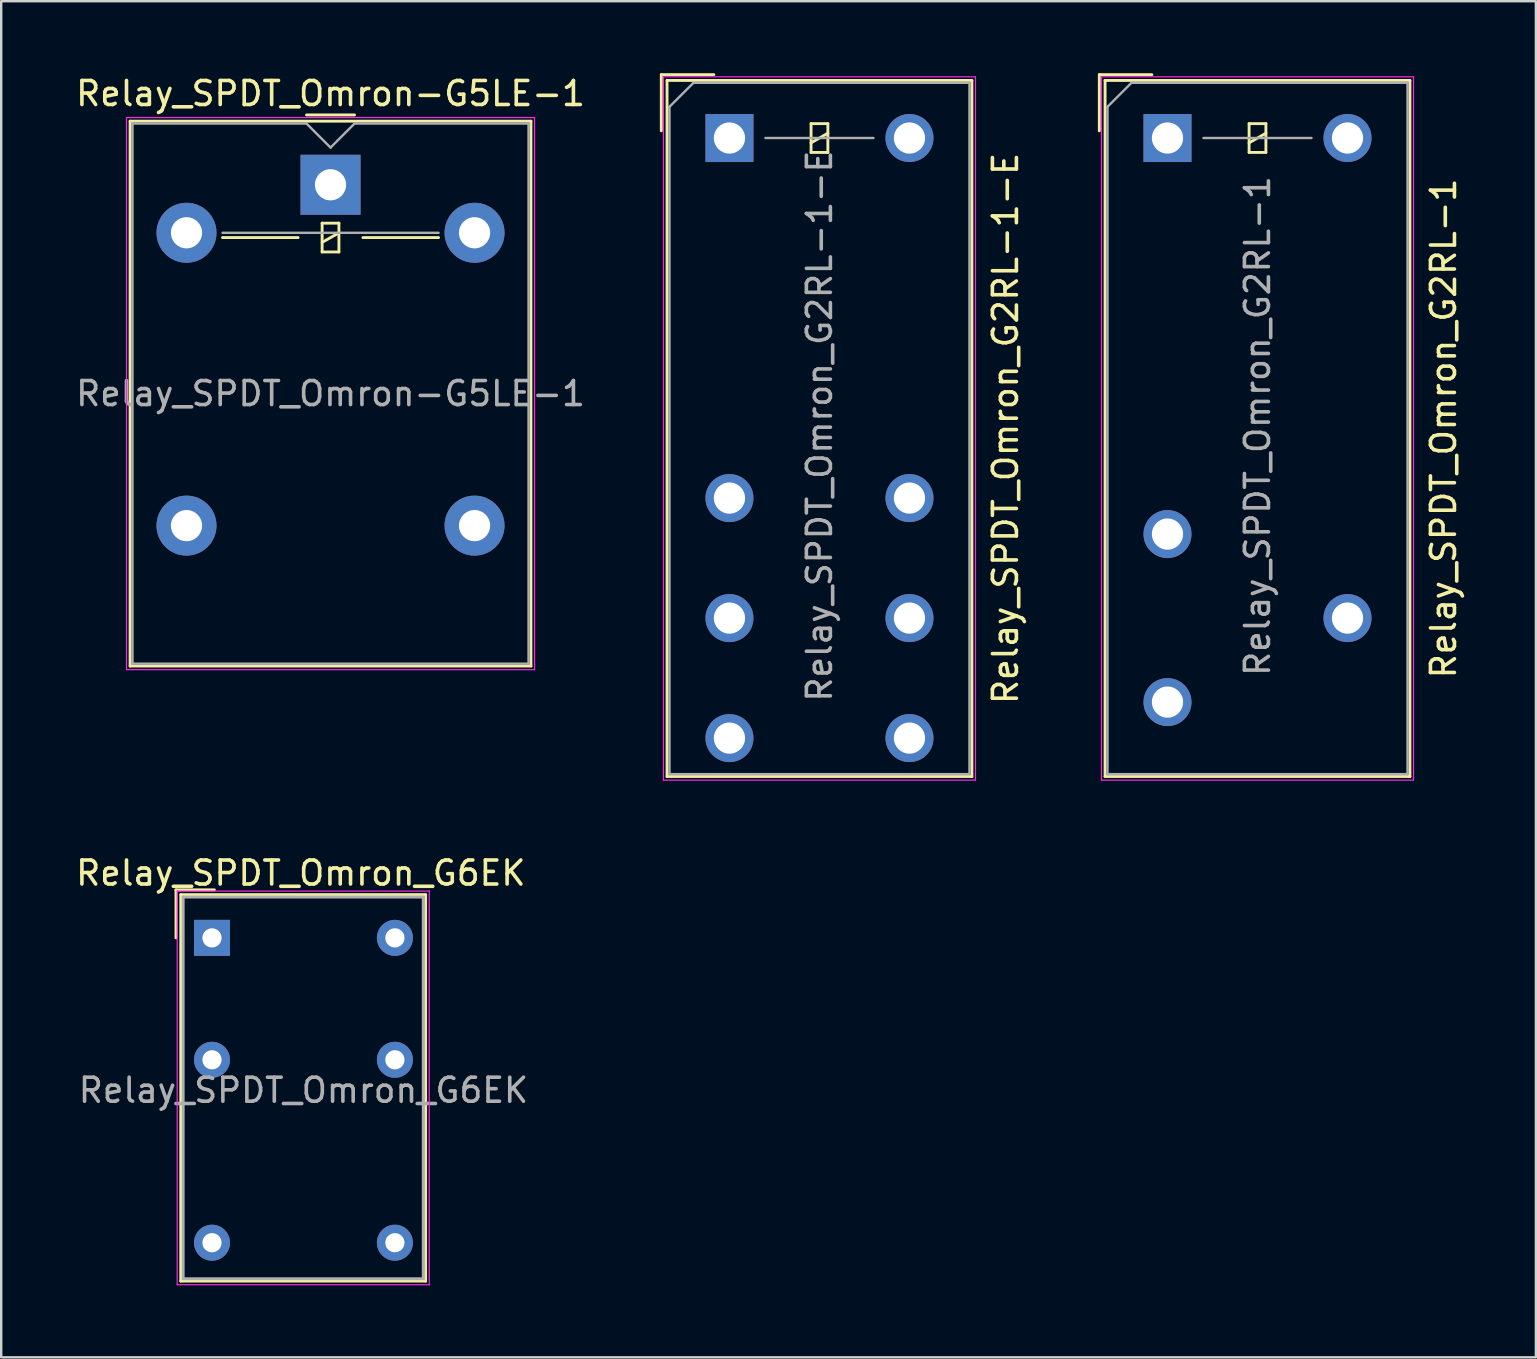
<source format=kicad_pcb>
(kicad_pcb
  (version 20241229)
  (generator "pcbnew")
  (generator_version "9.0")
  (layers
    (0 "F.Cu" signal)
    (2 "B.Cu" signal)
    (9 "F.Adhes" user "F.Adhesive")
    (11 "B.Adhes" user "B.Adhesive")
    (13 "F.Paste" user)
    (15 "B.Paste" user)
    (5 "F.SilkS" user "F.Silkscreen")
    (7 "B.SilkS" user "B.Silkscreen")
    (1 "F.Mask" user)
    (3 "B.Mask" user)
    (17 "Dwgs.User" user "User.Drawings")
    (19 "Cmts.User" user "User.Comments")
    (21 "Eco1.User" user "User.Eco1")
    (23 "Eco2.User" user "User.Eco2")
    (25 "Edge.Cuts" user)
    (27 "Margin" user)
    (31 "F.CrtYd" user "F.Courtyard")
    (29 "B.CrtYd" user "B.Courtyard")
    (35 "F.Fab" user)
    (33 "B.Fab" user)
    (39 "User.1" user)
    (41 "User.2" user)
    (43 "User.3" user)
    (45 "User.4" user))
  (footprint "Relay_SPDT_Omron_G2RL-1-E"
    (layer "F.Cu")
    (at 27.34 2.7)
    (property "Reference" "Relay_SPDT_Omron_G2RL-1-E" (at 11.5 12.1 90) (layer "F.SilkS") (effects (font (size 1 1) (thickness 0.15))))
    (attr through_hole)
    (fp_line (start -2.84 -2.64) (end -0.65 -2.64) (stroke (width 0.12) (type solid)) (layer "F.SilkS"))
    (fp_line (start -2.84 -0.3) (end -2.84 -2.64) (stroke (width 0.12) (type solid)) (layer "F.SilkS"))
    (fp_line (start -2.6 -2.4) (end -2.6 26.6) (stroke (width 0.12) (type solid)) (layer "F.SilkS"))
    (fp_line (start -2.6 26.6) (end 10.1 26.6) (stroke (width 0.12) (type solid)) (layer "F.SilkS"))
    (fp_line (start 3.4 -0.6) (end 3.4 0.6) (stroke (width 0.12) (type solid)) (layer "F.SilkS"))
    (fp_line (start 3.4 0.2) (end 4.1 -0.2) (stroke (width 0.12) (type solid)) (layer "F.SilkS"))
    (fp_line (start 3.4 0.6) (end 4.1 0.6) (stroke (width 0.12) (type solid)) (layer "F.SilkS"))
    (fp_line (start 4.1 -0.6) (end 3.4 -0.6) (stroke (width 0.12) (type solid)) (layer "F.SilkS"))
    (fp_line (start 4.1 0.6) (end 4.1 -0.6) (stroke (width 0.12) (type solid)) (layer "F.SilkS"))
    (fp_line (start 10.1 -2.4) (end -2.6 -2.4) (stroke (width 0.12) (type solid)) (layer "F.SilkS"))
    (fp_line (start 10.1 26.6) (end 10.1 -2.4) (stroke (width 0.12) (type solid)) (layer "F.SilkS"))
    (fp_line (start -2.75 -2.55) (end -2.75 26.75) (stroke (width 0.05) (type solid)) (layer "F.CrtYd"))
    (fp_line (start -2.75 26.75) (end 10.25 26.75) (stroke (width 0.05) (type solid)) (layer "F.CrtYd"))
    (fp_line (start 10.25 -2.55) (end -2.75 -2.55) (stroke (width 0.05) (type solid)) (layer "F.CrtYd"))
    (fp_line (start 10.25 26.75) (end 10.25 -2.55) (stroke (width 0.05) (type solid)) (layer "F.CrtYd"))
    (fp_line (start -2.5 -1.3) (end -2.5 26.5) (stroke (width 0.1) (type solid)) (layer "F.Fab"))
    (fp_line (start -2.5 26.5) (end 10 26.5) (stroke (width 0.1) (type solid)) (layer "F.Fab"))
    (fp_line (start -1.5 -2.3) (end -2.5 -1.3) (stroke (width 0.1) (type solid)) (layer "F.Fab"))
    (fp_line (start 1.5 0) (end 6 0) (stroke (width 0.1) (type solid)) (layer "F.Fab"))
    (fp_line (start 10 -2.3) (end -1.5 -2.3) (stroke (width 0.1) (type solid)) (layer "F.Fab"))
    (fp_line (start 10 26.5) (end 10 -2.3) (stroke (width 0.1) (type solid)) (layer "F.Fab"))
    (fp_text user "${REFERENCE}" (at 3.75 12 90) (layer "F.Fab") (effects (font (size 1 1) (thickness 0.15))))
    (pad "11" thru_hole circle (at 0 20) (size 2 2) (drill 1.3) (layers "*.Cu" "*.Mask"))
    (pad "11" thru_hole circle (at 7.5 20) (size 2 2) (drill 1.3) (layers "*.Cu" "*.Mask"))
    (pad "12" thru_hole circle (at 0 15) (size 2 2) (drill 1.3) (layers "*.Cu" "*.Mask"))
    (pad "12" thru_hole circle (at 7.5 15) (size 2 2) (drill 1.3) (layers "*.Cu" "*.Mask"))
    (pad "14" thru_hole circle (at 0 25) (size 2 2) (drill 1.3) (layers "*.Cu" "*.Mask"))
    (pad "14" thru_hole circle (at 7.5 25) (size 2 2) (drill 1.3) (layers "*.Cu" "*.Mask"))
    (pad "A1" thru_hole rect (at 0 0) (size 2 2) (drill 1.3) (layers "*.Cu" "*.Mask"))
    (pad "A2" thru_hole circle (at 7.5 0) (size 2 2) (drill 1.3) (layers "*.Cu" "*.Mask")))
  (footprint "Relay_SPDT_Omron-G5LE-1"
    (layer "F.Cu")
    (at 10.72 4.648)
    (property "Reference" "Relay_SPDT_Omron-G5LE-1" (at 0 -3.8 0) (layer "F.SilkS") (effects (font (size 1 1) (thickness 0.15))))
    (attr through_hole)
    (fp_line (start -8.35 -2.65) (end -8.35 20.05) (stroke (width 0.12) (type solid)) (layer "F.SilkS"))
    (fp_line (start -8.35 20.05) (end 8.35 20.05) (stroke (width 0.12) (type solid)) (layer "F.SilkS"))
    (fp_line (start -4.5 2.2) (end -1.35 2.2) (stroke (width 0.12) (type solid)) (layer "F.SilkS"))
    (fp_line (start -1 -2.91) (end 1 -2.91) (stroke (width 0.12) (type solid)) (layer "F.SilkS"))
    (fp_line (start -0.35 1.6) (end -0.35 2.8) (stroke (width 0.12) (type solid)) (layer "F.SilkS"))
    (fp_line (start -0.35 2.4) (end 0.35 2) (stroke (width 0.12) (type solid)) (layer "F.SilkS"))
    (fp_line (start -0.35 2.8) (end 0.35 2.8) (stroke (width 0.12) (type solid)) (layer "F.SilkS"))
    (fp_line (start 0.35 1.6) (end -0.35 1.6) (stroke (width 0.12) (type solid)) (layer "F.SilkS"))
    (fp_line (start 0.35 2.8) (end 0.35 1.6) (stroke (width 0.12) (type solid)) (layer "F.SilkS"))
    (fp_line (start 1.35 2.2) (end 4.5 2.2) (stroke (width 0.12) (type solid)) (layer "F.SilkS"))
    (fp_line (start 8.35 -2.65) (end -8.35 -2.65) (stroke (width 0.12) (type solid)) (layer "F.SilkS"))
    (fp_line (start 8.35 20.05) (end 8.35 -2.65) (stroke (width 0.12) (type solid)) (layer "F.SilkS"))
    (fp_line (start -8.5 -2.8) (end -8.5 20.2) (stroke (width 0.05) (type solid)) (layer "F.CrtYd"))
    (fp_line (start -8.5 20.2) (end 8.5 20.2) (stroke (width 0.05) (type solid)) (layer "F.CrtYd"))
    (fp_line (start 8.5 -2.8) (end -8.5 -2.8) (stroke (width 0.05) (type solid)) (layer "F.CrtYd"))
    (fp_line (start 8.5 20.2) (end 8.5 -2.8) (stroke (width 0.05) (type solid)) (layer "F.CrtYd"))
    (fp_line (start -8.25 -2.55) (end -1 -2.55) (stroke (width 0.1) (type solid)) (layer "F.Fab"))
    (fp_line (start -8.25 19.95) (end -8.25 -2.55) (stroke (width 0.1) (type solid)) (layer "F.Fab"))
    (fp_line (start -4.5 2) (end 4.5 2) (stroke (width 0.1) (type solid)) (layer "F.Fab"))
    (fp_line (start -1 -2.55) (end 0 -1.55) (stroke (width 0.1) (type solid)) (layer "F.Fab"))
    (fp_line (start 0 -1.55) (end 1 -2.55) (stroke (width 0.1) (type solid)) (layer "F.Fab"))
    (fp_line (start 1 -2.55) (end 8.25 -2.55) (stroke (width 0.1) (type solid)) (layer "F.Fab"))
    (fp_line (start 8.25 -2.55) (end 8.25 19.95) (stroke (width 0.1) (type solid)) (layer "F.Fab"))
    (fp_line (start 8.25 19.95) (end -8.25 19.95) (stroke (width 0.1) (type solid)) (layer "F.Fab"))
    (fp_text user "${REFERENCE}" (at 0 8.7 0) (layer "F.Fab") (effects (font (size 1 1) (thickness 0.15))))
    (pad "1" thru_hole rect (at 0 0) (size 2.5 2.5) (drill 1.3) (layers "*.Cu" "*.Mask"))
    (pad "2" thru_hole oval (at -6 2) (size 2.5 2.5) (drill 1.3) (layers "*.Cu" "*.Mask"))
    (pad "3" thru_hole oval (at -6 14.2) (size 2.5 2.5) (drill 1.3) (layers "*.Cu" "*.Mask"))
    (pad "4" thru_hole oval (at 6 14.2) (size 2.5 2.5) (drill 1.3) (layers "*.Cu" "*.Mask"))
    (pad "5" thru_hole oval (at 6 2) (size 2.5 2.5) (drill 1.3) (layers "*.Cu" "*.Mask")))
  (footprint "Relay_SPDT_Omron_G2RL-1"
    (layer "F.Cu")
    (at 45.589 2.7)
    (property "Reference" "Relay_SPDT_Omron_G2RL-1" (at 11.5 12.1 90) (layer "F.SilkS") (effects (font (size 1 1) (thickness 0.15))))
    (attr through_hole)
    (fp_line (start -2.84 -2.64) (end -0.65 -2.64) (stroke (width 0.12) (type solid)) (layer "F.SilkS"))
    (fp_line (start -2.84 -0.3) (end -2.84 -2.64) (stroke (width 0.12) (type solid)) (layer "F.SilkS"))
    (fp_line (start -2.6 -2.4) (end -2.6 26.6) (stroke (width 0.12) (type solid)) (layer "F.SilkS"))
    (fp_line (start -2.6 26.6) (end 10.1 26.6) (stroke (width 0.12) (type solid)) (layer "F.SilkS"))
    (fp_line (start 3.4 -0.6) (end 3.4 0.6) (stroke (width 0.12) (type solid)) (layer "F.SilkS"))
    (fp_line (start 3.4 0.2) (end 4.1 -0.2) (stroke (width 0.12) (type solid)) (layer "F.SilkS"))
    (fp_line (start 3.4 0.6) (end 4.1 0.6) (stroke (width 0.12) (type solid)) (layer "F.SilkS"))
    (fp_line (start 4.1 -0.6) (end 3.4 -0.6) (stroke (width 0.12) (type solid)) (layer "F.SilkS"))
    (fp_line (start 4.1 0.6) (end 4.1 -0.6) (stroke (width 0.12) (type solid)) (layer "F.SilkS"))
    (fp_line (start 10.1 -2.4) (end -2.6 -2.4) (stroke (width 0.12) (type solid)) (layer "F.SilkS"))
    (fp_line (start 10.1 26.6) (end 10.1 -2.4) (stroke (width 0.12) (type solid)) (layer "F.SilkS"))
    (fp_line (start -2.75 -2.55) (end -2.75 26.75) (stroke (width 0.05) (type solid)) (layer "F.CrtYd"))
    (fp_line (start -2.75 26.75) (end 10.25 26.75) (stroke (width 0.05) (type solid)) (layer "F.CrtYd"))
    (fp_line (start 10.25 -2.55) (end -2.75 -2.55) (stroke (width 0.05) (type solid)) (layer "F.CrtYd"))
    (fp_line (start 10.25 26.75) (end 10.25 -2.55) (stroke (width 0.05) (type solid)) (layer "F.CrtYd"))
    (fp_line (start -2.5 -1.3) (end -2.5 26.5) (stroke (width 0.1) (type solid)) (layer "F.Fab"))
    (fp_line (start -2.5 26.5) (end 10 26.5) (stroke (width 0.1) (type solid)) (layer "F.Fab"))
    (fp_line (start -1.5 -2.3) (end -2.5 -1.3) (stroke (width 0.1) (type solid)) (layer "F.Fab"))
    (fp_line (start 1.5 0) (end 6 0) (stroke (width 0.1) (type solid)) (layer "F.Fab"))
    (fp_line (start 10 -2.3) (end -1.5 -2.3) (stroke (width 0.1) (type solid)) (layer "F.Fab"))
    (fp_line (start 10 26.5) (end 10 -2.3) (stroke (width 0.1) (type solid)) (layer "F.Fab"))
    (fp_text user "${REFERENCE}" (at 3.75 12 90) (layer "F.Fab") (effects (font (size 1 1) (thickness 0.15))))
    (pad "11" thru_hole circle (at 7.5 20) (size 2 2) (drill 1.3) (layers "*.Cu" "*.Mask"))
    (pad "12" thru_hole circle (at 0 16.5) (size 2 2) (drill 1.3) (layers "*.Cu" "*.Mask"))
    (pad "14" thru_hole circle (at 0 23.5) (size 2 2) (drill 1.3) (layers "*.Cu" "*.Mask"))
    (pad "A1" thru_hole rect (at 0 0) (size 2 2) (drill 1.3) (layers "*.Cu" "*.Mask"))
    (pad "A2" thru_hole circle (at 7.5 0) (size 2 2) (drill 1.3) (layers "*.Cu" "*.Mask")))
  (footprint "Relay_SPDT_Omron_G6EK"
    (layer "F.Cu")
    (at 5.782 36.023)
    (property "Reference" "Relay_SPDT_Omron_G6EK" (at 3.7 -2.7 180) (layer "F.SilkS") (effects (font (size 1 1) (thickness 0.15))))
    (attr through_hole)
    (fp_line (start -1.5 -2) (end 0.1 -2) (stroke (width 0.12) (type solid)) (layer "F.SilkS"))
    (fp_line (start -1.5 0) (end -1.5 -2) (stroke (width 0.12) (type solid)) (layer "F.SilkS"))
    (fp_line (start -1.3 -1.8) (end 8.9 -1.8) (stroke (width 0.12) (type solid)) (layer "F.SilkS"))
    (fp_line (start -1.3 14.3) (end -1.3 -1.8) (stroke (width 0.12) (type solid)) (layer "F.SilkS"))
    (fp_line (start 8.9 -1.8) (end 8.9 14.3) (stroke (width 0.12) (type solid)) (layer "F.SilkS"))
    (fp_line (start 8.9 14.3) (end -1.3 14.3) (stroke (width 0.12) (type solid)) (layer "F.SilkS"))
    (fp_line (start -1.45 14.45) (end -1.45 -1.95) (stroke (width 0.05) (type solid)) (layer "F.CrtYd"))
    (fp_line (start -1.45 14.45) (end 9.05 14.45) (stroke (width 0.05) (type solid)) (layer "F.CrtYd"))
    (fp_line (start 9.05 -1.95) (end -1.45 -1.95) (stroke (width 0.05) (type solid)) (layer "F.CrtYd"))
    (fp_line (start 9.05 -1.95) (end 9.05 14.45) (stroke (width 0.05) (type solid)) (layer "F.CrtYd"))
    (fp_line (start -1.2 -1.7) (end -1.2 14.2) (stroke (width 0.12) (type solid)) (layer "F.Fab"))
    (fp_line (start -1.2 14.2) (end 8.8 14.2) (stroke (width 0.12) (type solid)) (layer "F.Fab"))
    (fp_line (start 8.8 -1.7) (end -1.2 -1.7) (stroke (width 0.12) (type solid)) (layer "F.Fab"))
    (fp_line (start 8.8 14.2) (end 8.8 -1.7) (stroke (width 0.12) (type solid)) (layer "F.Fab"))
    (fp_text user "${REFERENCE}" (at 3.81 6.35 0) (layer "F.Fab") (effects (font (size 1 1) (thickness 0.15))))
    (pad "1" thru_hole rect (at 0 0 270) (size 1.501 1.501) (drill 0.8) (layers "*.Cu" "*.Mask"))
    (pad "3" thru_hole circle (at 0 5.08 270) (size 1.501 1.501) (drill 0.8) (layers "*.Cu" "*.Mask"))
    (pad "6" thru_hole circle (at 0 12.7 270) (size 1.501 1.501) (drill 0.8) (layers "*.Cu" "*.Mask"))
    (pad "7" thru_hole circle (at 7.62 12.7 270) (size 1.501 1.501) (drill 0.8) (layers "*.Cu" "*.Mask"))
    (pad "10" thru_hole circle (at 7.62 5.08 270) (size 1.501 1.501) (drill 0.8) (layers "*.Cu" "*.Mask"))
    (pad "12" thru_hole circle (at 7.62 0 270) (size 1.501 1.501) (drill 0.8) (layers "*.Cu" "*.Mask")))
  (gr_rect
    (start -3 -3)
    (end 60.937 53.498)
    (stroke (width 0.1) (type default))
    (fill no)
    (layer "Edge.Cuts")))
</source>
